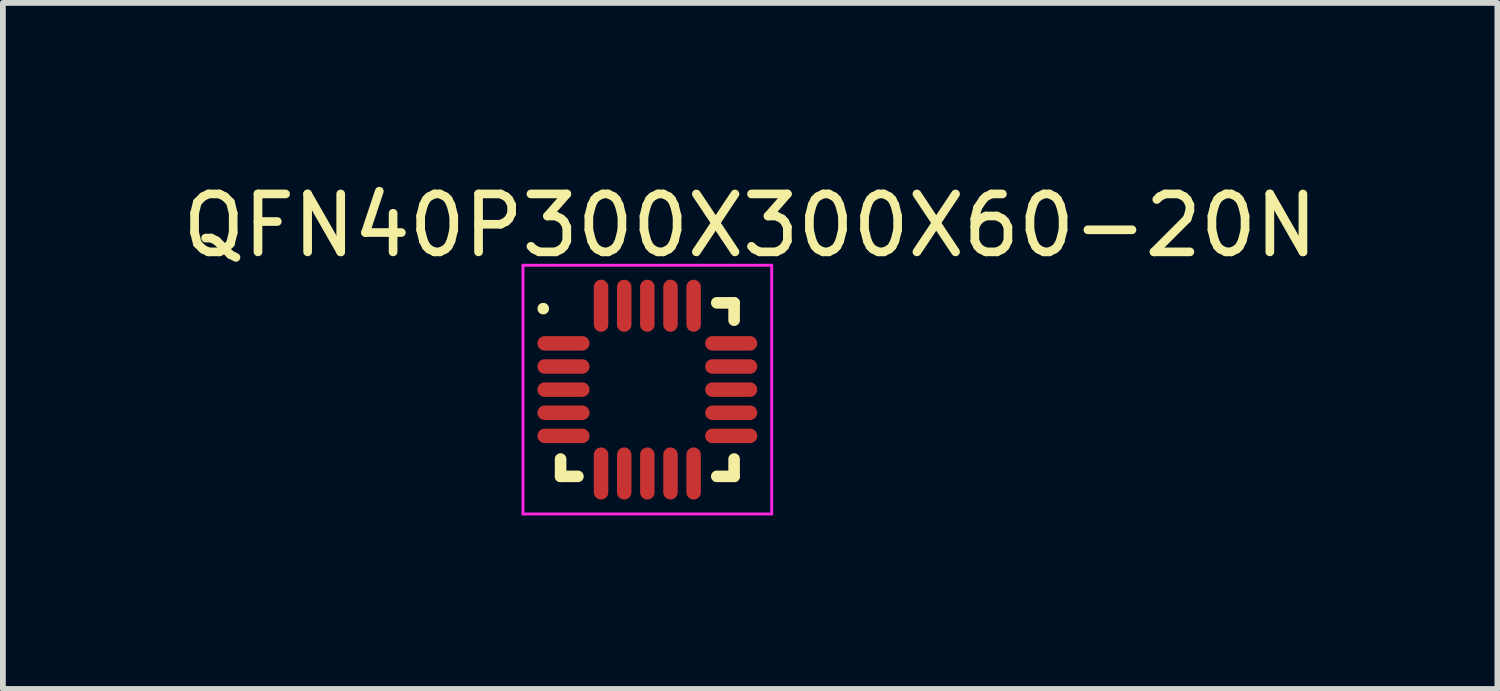
<source format=kicad_pcb>
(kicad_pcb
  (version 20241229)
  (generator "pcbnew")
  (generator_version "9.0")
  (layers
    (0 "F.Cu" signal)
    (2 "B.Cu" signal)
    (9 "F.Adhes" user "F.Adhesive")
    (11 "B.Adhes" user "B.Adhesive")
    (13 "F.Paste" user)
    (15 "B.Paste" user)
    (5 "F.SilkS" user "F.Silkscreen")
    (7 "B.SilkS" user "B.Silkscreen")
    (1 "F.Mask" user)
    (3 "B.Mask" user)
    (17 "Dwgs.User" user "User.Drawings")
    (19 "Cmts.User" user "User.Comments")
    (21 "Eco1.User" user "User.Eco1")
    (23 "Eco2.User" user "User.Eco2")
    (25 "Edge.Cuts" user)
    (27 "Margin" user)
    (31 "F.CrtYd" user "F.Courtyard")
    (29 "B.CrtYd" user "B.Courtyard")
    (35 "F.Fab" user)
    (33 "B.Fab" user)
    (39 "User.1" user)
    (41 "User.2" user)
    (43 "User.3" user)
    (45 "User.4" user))
  (footprint "QFN40P300X300X60-20N"
    (layer "F.Cu")
    (at 8.142 3.686)
    (property "Reference" "QFN40P300X300X60-20N" (at 1.777 -2.837 0) (layer "F.SilkS") (effects (font (size 1.001 1.001) (thickness 0.15))))
    (attr smd)
    (fp_line (start -1.5 1.5) (end -1.5 1.2) (stroke (width 0.2) (type solid)) (layer "F.SilkS"))
    (fp_line (start -1.2 1.5) (end -1.5 1.5) (stroke (width 0.2) (type solid)) (layer "F.SilkS"))
    (fp_line (start 1.2 -1.5) (end 1.5 -1.5) (stroke (width 0.2) (type solid)) (layer "F.SilkS"))
    (fp_line (start 1.5 -1.5) (end 1.5 -1.2) (stroke (width 0.2) (type solid)) (layer "F.SilkS"))
    (fp_line (start 1.5 1.2) (end 1.5 1.5) (stroke (width 0.2) (type solid)) (layer "F.SilkS"))
    (fp_line (start 1.5 1.5) (end 1.2 1.5) (stroke (width 0.2) (type solid)) (layer "F.SilkS"))
    (fp_circle (center -1.8 -1.4) (end -1.7 -1.4) (stroke (width 0) (type solid)) (fill yes) (layer "F.SilkS"))
    (fp_line (start -2.15 -2.15) (end 2.15 -2.15) (stroke (width 0.05) (type solid)) (layer "F.CrtYd"))
    (fp_line (start -2.15 2.15) (end -2.15 -2.15) (stroke (width 0.05) (type solid)) (layer "F.CrtYd"))
    (fp_line (start 2.15 -2.15) (end 2.15 2.15) (stroke (width 0.05) (type solid)) (layer "F.CrtYd"))
    (fp_line (start 2.15 2.15) (end -2.15 2.15) (stroke (width 0.05) (type solid)) (layer "F.CrtYd"))
    (pad "1" smd oval (at -1.45 -0.8) (size 0.9 0.25) (layers "F.Cu" "F.Mask" "F.Paste"))
    (pad "2" smd oval (at -1.45 -0.4) (size 0.9 0.25) (layers "F.Cu" "F.Mask" "F.Paste"))
    (pad "3" smd oval (at -1.45 0) (size 0.9 0.25) (layers "F.Cu" "F.Mask" "F.Paste"))
    (pad "4" smd oval (at -1.45 0.4) (size 0.9 0.25) (layers "F.Cu" "F.Mask" "F.Paste"))
    (pad "5" smd oval (at -1.45 0.8) (size 0.9 0.25) (layers "F.Cu" "F.Mask" "F.Paste"))
    (pad "6" smd oval (at -0.8 1.45) (size 0.25 0.9) (layers "F.Cu" "F.Mask" "F.Paste"))
    (pad "7" smd oval (at -0.4 1.45) (size 0.25 0.9) (layers "F.Cu" "F.Mask" "F.Paste"))
    (pad "8" smd oval (at 0 1.45) (size 0.25 0.9) (layers "F.Cu" "F.Mask" "F.Paste"))
    (pad "9" smd oval (at 0.4 1.45) (size 0.25 0.9) (layers "F.Cu" "F.Mask" "F.Paste"))
    (pad "10" smd oval (at 0.8 1.45) (size 0.25 0.9) (layers "F.Cu" "F.Mask" "F.Paste"))
    (pad "11" smd oval (at 1.45 0.8) (size 0.9 0.25) (layers "F.Cu" "F.Mask" "F.Paste"))
    (pad "12" smd oval (at 1.45 0.4) (size 0.9 0.25) (layers "F.Cu" "F.Mask" "F.Paste"))
    (pad "13" smd oval (at 1.45 0) (size 0.9 0.25) (layers "F.Cu" "F.Mask" "F.Paste"))
    (pad "14" smd oval (at 1.45 -0.4) (size 0.9 0.25) (layers "F.Cu" "F.Mask" "F.Paste"))
    (pad "15" smd oval (at 1.45 -0.8) (size 0.9 0.25) (layers "F.Cu" "F.Mask" "F.Paste"))
    (pad "16" smd oval (at 0.8 -1.45) (size 0.25 0.9) (layers "F.Cu" "F.Mask" "F.Paste"))
    (pad "17" smd oval (at 0.4 -1.45) (size 0.25 0.9) (layers "F.Cu" "F.Mask" "F.Paste"))
    (pad "18" smd oval (at 0 -1.45) (size 0.25 0.9) (layers "F.Cu" "F.Mask" "F.Paste"))
    (pad "19" smd oval (at -0.4 -1.45) (size 0.25 0.9) (layers "F.Cu" "F.Mask" "F.Paste"))
    (pad "20" smd oval (at -0.8 -1.45) (size 0.25 0.9) (layers "F.Cu" "F.Mask" "F.Paste")))
  (gr_rect
    (start -3 -3)
    (end 22.838 8.861)
    (stroke (width 0.1) (type default))
    (fill no)
    (layer "Edge.Cuts")))
</source>
